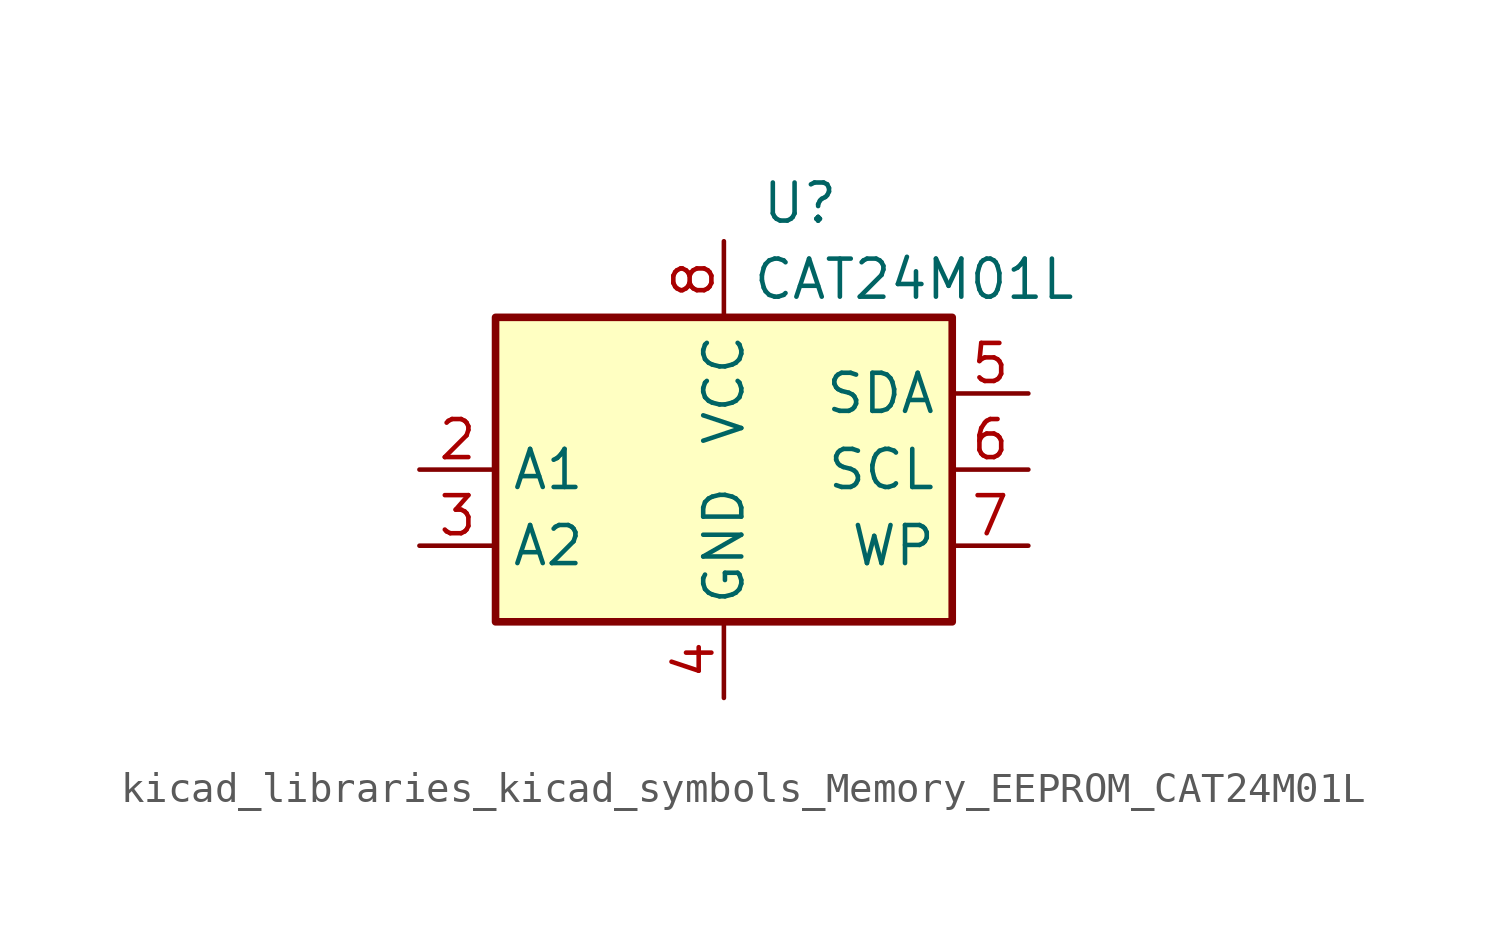
<source format=kicad_sym>
(kicad_symbol_lib
  (version 20220914)
  (generator kicad_symbol_editor)
  (symbol "kicad_libraries_kicad_symbols_Memory_EEPROM_CAT24M01L"
    (property "Reference" "U"
      (at 2.54 8.89 0)
      (effects (font (size 1.27 1.27))))
    (property "Value" "CAT24M01L"
      (at 6.35 6.35 0)
      (effects (font (size 1.27 1.27))))
    (symbol "kicad_libraries_kicad_symbols_Memory_EEPROM_CAT24M01L_1_1"
      (rectangle (start -7.62 5.08) (end 7.62 -5.08) (stroke (width 0.254) (type default)) (fill (type background)))
      (pin no_connect line (at -7.62 2.54 0) (length 2.54) hide (name "NC" (effects (font (size 1.27 1.27)))) (number "1" (effects (font (size 1.27 1.27)))))
      (pin input line (at -10.16 0 0) (length 2.54) (name "A1" (effects (font (size 1.27 1.27)))) (number "2" (effects (font (size 1.27 1.27)))))
      (pin input line (at -10.16 -2.54 0) (length 2.54) (name "A2" (effects (font (size 1.27 1.27)))) (number "3" (effects (font (size 1.27 1.27)))))
      (pin power_in line (at 0 -7.62 90) (length 2.54) (name "GND" (effects (font (size 1.27 1.27)))) (number "4" (effects (font (size 1.27 1.27)))))
      (pin bidirectional line (at 10.16 2.54 180) (length 2.54) (name "SDA" (effects (font (size 1.27 1.27)))) (number "5" (effects (font (size 1.27 1.27)))))
      (pin input line (at 10.16 0 180) (length 2.54) (name "SCL" (effects (font (size 1.27 1.27)))) (number "6" (effects (font (size 1.27 1.27)))))
      (pin input line (at 10.16 -2.54 180) (length 2.54) (name "WP" (effects (font (size 1.27 1.27)))) (number "7" (effects (font (size 1.27 1.27)))))
      (pin power_in line (at 0 7.62 270) (length 2.54) (name "VCC" (effects (font (size 1.27 1.27)))) (number "8" (effects (font (size 1.27 1.27))))))))
</source>
